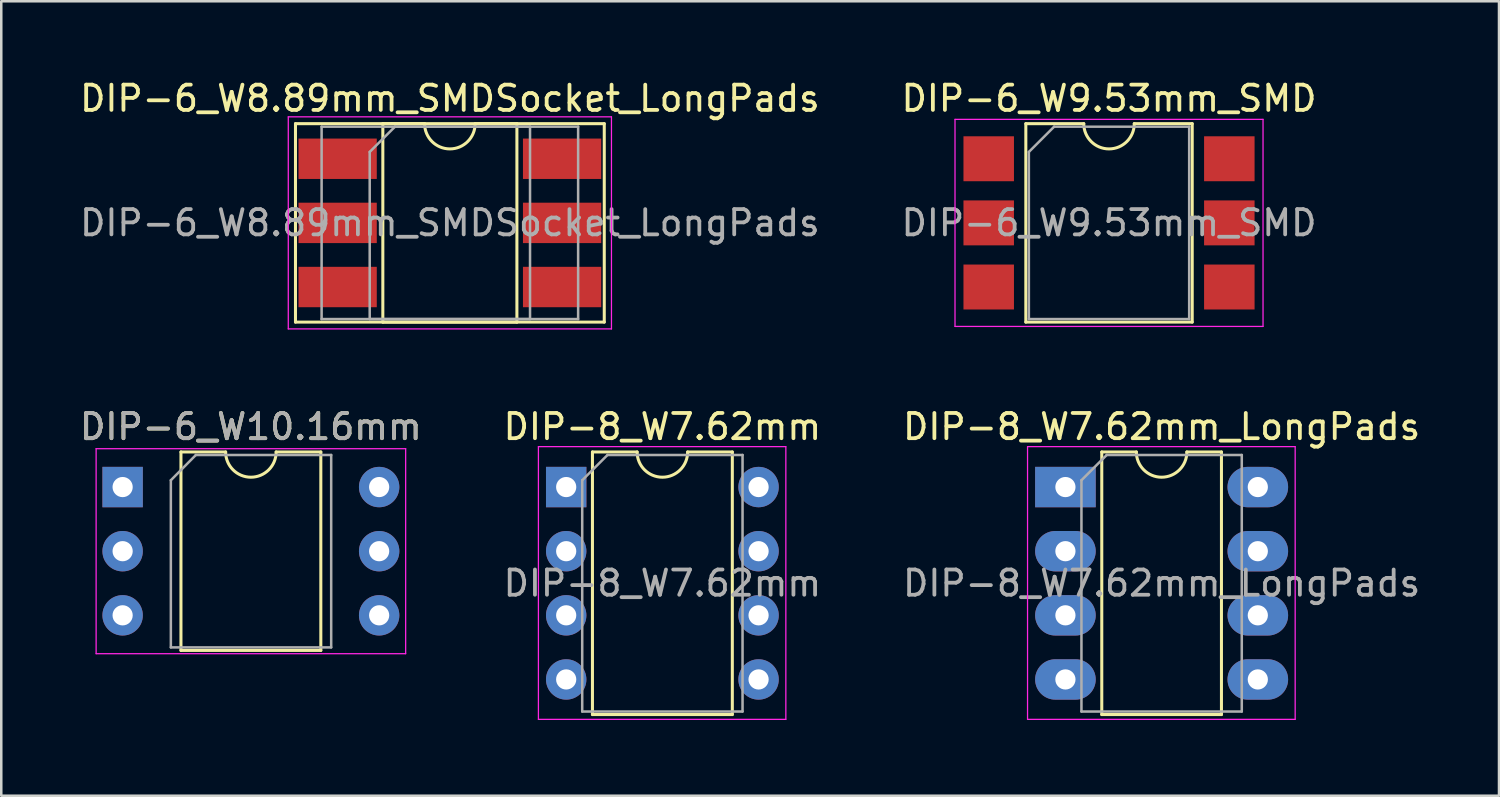
<source format=kicad_pcb>
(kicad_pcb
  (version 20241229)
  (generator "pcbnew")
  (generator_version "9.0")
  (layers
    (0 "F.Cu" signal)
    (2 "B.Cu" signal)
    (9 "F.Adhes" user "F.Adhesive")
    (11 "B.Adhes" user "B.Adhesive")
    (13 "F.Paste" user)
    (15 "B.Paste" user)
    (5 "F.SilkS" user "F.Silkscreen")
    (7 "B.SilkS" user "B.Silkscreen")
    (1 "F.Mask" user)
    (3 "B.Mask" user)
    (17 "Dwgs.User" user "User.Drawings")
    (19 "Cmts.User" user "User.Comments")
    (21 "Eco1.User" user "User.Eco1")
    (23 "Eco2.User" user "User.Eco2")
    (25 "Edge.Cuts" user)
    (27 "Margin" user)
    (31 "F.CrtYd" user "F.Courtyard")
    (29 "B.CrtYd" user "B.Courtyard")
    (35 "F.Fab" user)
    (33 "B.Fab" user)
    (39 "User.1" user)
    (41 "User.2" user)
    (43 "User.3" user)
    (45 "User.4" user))
  (footprint "DIP-8_W7.62mm_LongPads"
    (layer "F.Cu")
    (at 39.148 16.241)
    (property "Reference" "DIP-8_W7.62mm_LongPads" (at 3.81 -2.39 0) (layer "F.SilkS") (effects (font (size 1 1) (thickness 0.15))))
    (attr through_hole)
    (fp_line (start 1.44 -1.39) (end 1.44 9.01) (stroke (width 0.12) (type solid)) (layer "F.SilkS"))
    (fp_line (start 1.44 9.01) (end 6.18 9.01) (stroke (width 0.12) (type solid)) (layer "F.SilkS"))
    (fp_line (start 2.81 -1.39) (end 1.44 -1.39) (stroke (width 0.12) (type solid)) (layer "F.SilkS"))
    (fp_line (start 6.18 -1.39) (end 4.81 -1.39) (stroke (width 0.12) (type solid)) (layer "F.SilkS"))
    (fp_line (start 6.18 9.01) (end 6.18 -1.39) (stroke (width 0.12) (type solid)) (layer "F.SilkS"))
    (fp_arc (start 4.81 -1.39) (mid 3.81 -0.39) (end 2.81 -1.39) (stroke (width 0.12) (type solid)) (layer "F.SilkS"))
    (fp_line (start -1.5 -1.6) (end -1.5 9.2) (stroke (width 0.05) (type solid)) (layer "F.CrtYd"))
    (fp_line (start -1.5 9.2) (end 9.1 9.2) (stroke (width 0.05) (type solid)) (layer "F.CrtYd"))
    (fp_line (start 9.1 -1.6) (end -1.5 -1.6) (stroke (width 0.05) (type solid)) (layer "F.CrtYd"))
    (fp_line (start 9.1 9.2) (end 9.1 -1.6) (stroke (width 0.05) (type solid)) (layer "F.CrtYd"))
    (fp_line (start 0.635 -0.27) (end 1.635 -1.27) (stroke (width 0.1) (type solid)) (layer "F.Fab"))
    (fp_line (start 0.635 8.89) (end 0.635 -0.27) (stroke (width 0.1) (type solid)) (layer "F.Fab"))
    (fp_line (start 1.635 -1.27) (end 6.985 -1.27) (stroke (width 0.1) (type solid)) (layer "F.Fab"))
    (fp_line (start 6.985 -1.27) (end 6.985 8.89) (stroke (width 0.1) (type solid)) (layer "F.Fab"))
    (fp_line (start 6.985 8.89) (end 0.635 8.89) (stroke (width 0.1) (type solid)) (layer "F.Fab"))
    (fp_text user "${REFERENCE}" (at 3.81 3.81 0) (layer "F.Fab") (effects (font (size 1 1) (thickness 0.15))))
    (pad "1" thru_hole rect (at 0 0) (size 2.4 1.6) (drill 0.8) (layers "*.Cu" "*.Mask"))
    (pad "2" thru_hole oval (at 0 2.54) (size 2.4 1.6) (drill 0.8) (layers "*.Cu" "*.Mask"))
    (pad "3" thru_hole oval (at 0 5.08) (size 2.4 1.6) (drill 0.8) (layers "*.Cu" "*.Mask"))
    (pad "4" thru_hole oval (at 0 7.62) (size 2.4 1.6) (drill 0.8) (layers "*.Cu" "*.Mask"))
    (pad "5" thru_hole oval (at 7.62 7.62) (size 2.4 1.6) (drill 0.8) (layers "*.Cu" "*.Mask"))
    (pad "6" thru_hole oval (at 7.62 5.08) (size 2.4 1.6) (drill 0.8) (layers "*.Cu" "*.Mask"))
    (pad "7" thru_hole oval (at 7.62 2.54) (size 2.4 1.6) (drill 0.8) (layers "*.Cu" "*.Mask"))
    (pad "8" thru_hole oval (at 7.62 0) (size 2.4 1.6) (drill 0.8) (layers "*.Cu" "*.Mask")))
  (footprint "DIP-8_W7.62mm"
    (layer "F.Cu")
    (at 19.375 16.241)
    (property "Reference" "DIP-8_W7.62mm" (at 3.81 -2.39 0) (layer "F.SilkS") (effects (font (size 1 1) (thickness 0.15))))
    (attr through_hole)
    (fp_line (start 1.04 -1.39) (end 1.04 9.01) (stroke (width 0.12) (type solid)) (layer "F.SilkS"))
    (fp_line (start 1.04 9.01) (end 6.58 9.01) (stroke (width 0.12) (type solid)) (layer "F.SilkS"))
    (fp_line (start 2.81 -1.39) (end 1.04 -1.39) (stroke (width 0.12) (type solid)) (layer "F.SilkS"))
    (fp_line (start 6.58 -1.39) (end 4.81 -1.39) (stroke (width 0.12) (type solid)) (layer "F.SilkS"))
    (fp_line (start 6.58 9.01) (end 6.58 -1.39) (stroke (width 0.12) (type solid)) (layer "F.SilkS"))
    (fp_arc (start 4.81 -1.39) (mid 3.81 -0.39) (end 2.81 -1.39) (stroke (width 0.12) (type solid)) (layer "F.SilkS"))
    (fp_line (start -1.1 -1.6) (end -1.1 9.2) (stroke (width 0.05) (type solid)) (layer "F.CrtYd"))
    (fp_line (start -1.1 9.2) (end 8.7 9.2) (stroke (width 0.05) (type solid)) (layer "F.CrtYd"))
    (fp_line (start 8.7 -1.6) (end -1.1 -1.6) (stroke (width 0.05) (type solid)) (layer "F.CrtYd"))
    (fp_line (start 8.7 9.2) (end 8.7 -1.6) (stroke (width 0.05) (type solid)) (layer "F.CrtYd"))
    (fp_line (start 0.635 -0.27) (end 1.635 -1.27) (stroke (width 0.1) (type solid)) (layer "F.Fab"))
    (fp_line (start 0.635 8.89) (end 0.635 -0.27) (stroke (width 0.1) (type solid)) (layer "F.Fab"))
    (fp_line (start 1.635 -1.27) (end 6.985 -1.27) (stroke (width 0.1) (type solid)) (layer "F.Fab"))
    (fp_line (start 6.985 -1.27) (end 6.985 8.89) (stroke (width 0.1) (type solid)) (layer "F.Fab"))
    (fp_line (start 6.985 8.89) (end 0.635 8.89) (stroke (width 0.1) (type solid)) (layer "F.Fab"))
    (fp_text user "${REFERENCE}" (at 3.81 3.81 0) (layer "F.Fab") (effects (font (size 1 1) (thickness 0.15))))
    (pad "1" thru_hole rect (at 0 0) (size 1.6 1.6) (drill 0.8) (layers "*.Cu" "*.Mask"))
    (pad "2" thru_hole oval (at 0 2.54) (size 1.6 1.6) (drill 0.8) (layers "*.Cu" "*.Mask"))
    (pad "3" thru_hole oval (at 0 5.08) (size 1.6 1.6) (drill 0.8) (layers "*.Cu" "*.Mask"))
    (pad "4" thru_hole oval (at 0 7.62) (size 1.6 1.6) (drill 0.8) (layers "*.Cu" "*.Mask"))
    (pad "5" thru_hole oval (at 7.62 7.62) (size 1.6 1.6) (drill 0.8) (layers "*.Cu" "*.Mask"))
    (pad "6" thru_hole oval (at 7.62 5.08) (size 1.6 1.6) (drill 0.8) (layers "*.Cu" "*.Mask"))
    (pad "7" thru_hole oval (at 7.62 2.54) (size 1.6 1.6) (drill 0.8) (layers "*.Cu" "*.Mask"))
    (pad "8" thru_hole oval (at 7.62 0) (size 1.6 1.6) (drill 0.8) (layers "*.Cu" "*.Mask")))
  (footprint "DIP-6_W10.16mm"
    (layer "F.Cu")
    (at 1.807 16.241)
    (property "Reference" "DIP-6_W10.16mm" (at 5.08 -2.39 0) (layer "F.SilkS") (effects (font (size 1 1) (thickness 0.15))))
    (attr through_hole)
    (fp_line (start 2.31 -1.39) (end 2.31 6.47) (stroke (width 0.12) (type solid)) (layer "F.SilkS"))
    (fp_line (start 2.31 6.47) (end 7.85 6.47) (stroke (width 0.12) (type solid)) (layer "F.SilkS"))
    (fp_line (start 4.08 -1.39) (end 2.31 -1.39) (stroke (width 0.12) (type solid)) (layer "F.SilkS"))
    (fp_line (start 7.85 -1.39) (end 6.08 -1.39) (stroke (width 0.12) (type solid)) (layer "F.SilkS"))
    (fp_line (start 7.85 6.47) (end 7.85 -1.39) (stroke (width 0.12) (type solid)) (layer "F.SilkS"))
    (fp_arc (start 6.08 -1.39) (mid 5.08 -0.39) (end 4.08 -1.39) (stroke (width 0.12) (type solid)) (layer "F.SilkS"))
    (fp_line (start -1.05 -1.52) (end -1.05 6.6) (stroke (width 0.05) (type solid)) (layer "F.CrtYd"))
    (fp_line (start -1.05 -1.52) (end 11.21 -1.52) (stroke (width 0.05) (type solid)) (layer "F.CrtYd"))
    (fp_line (start 11.21 6.6) (end -1.05 6.6) (stroke (width 0.05) (type solid)) (layer "F.CrtYd"))
    (fp_line (start 11.21 6.6) (end 11.21 -1.52) (stroke (width 0.05) (type solid)) (layer "F.CrtYd"))
    (fp_line (start 1.91 -0.27) (end 2.9 -1.27) (stroke (width 0.1) (type solid)) (layer "F.Fab"))
    (fp_line (start 1.91 6.35) (end 1.91 -0.27) (stroke (width 0.1) (type solid)) (layer "F.Fab"))
    (fp_line (start 2.9 -1.27) (end 8.26 -1.27) (stroke (width 0.1) (type solid)) (layer "F.Fab"))
    (fp_line (start 8.26 -1.27) (end 8.26 6.35) (stroke (width 0.1) (type solid)) (layer "F.Fab"))
    (fp_line (start 8.26 6.35) (end 1.91 6.35) (stroke (width 0.1) (type solid)) (layer "F.Fab"))
    (fp_text user "${REFERENCE}" (at 5.08 -2.39 0) (layer "F.Fab") (effects (font (size 1 1) (thickness 0.15))))
    (pad "1" thru_hole rect (at 0 0) (size 1.6 1.6) (drill 0.8) (layers "*.Cu" "*.Mask"))
    (pad "2" thru_hole oval (at 0 2.54) (size 1.6 1.6) (drill 0.8) (layers "*.Cu" "*.Mask"))
    (pad "3" thru_hole oval (at 0 5.08) (size 1.6 1.6) (drill 0.8) (layers "*.Cu" "*.Mask"))
    (pad "4" thru_hole oval (at 10.16 5.08) (size 1.6 1.6) (drill 0.8) (layers "*.Cu" "*.Mask"))
    (pad "5" thru_hole oval (at 10.16 2.54) (size 1.6 1.6) (drill 0.8) (layers "*.Cu" "*.Mask"))
    (pad "6" thru_hole oval (at 10.16 0) (size 1.6 1.6) (drill 0.8) (layers "*.Cu" "*.Mask")))
  (footprint "DIP-6_W9.53mm_SMD"
    (layer "F.Cu")
    (at 40.875 5.778)
    (property "Reference" "DIP-6_W9.53mm_SMD" (at 0 -4.93 0) (layer "F.SilkS") (effects (font (size 1 1) (thickness 0.15))))
    (attr smd)
    (fp_line (start -3.295 -3.93) (end -3.295 3.93) (stroke (width 0.12) (type solid)) (layer "F.SilkS"))
    (fp_line (start -3.295 3.93) (end 3.295 3.93) (stroke (width 0.12) (type solid)) (layer "F.SilkS"))
    (fp_line (start -1 -3.93) (end -3.295 -3.93) (stroke (width 0.12) (type solid)) (layer "F.SilkS"))
    (fp_line (start 3.295 -3.93) (end 1 -3.93) (stroke (width 0.12) (type solid)) (layer "F.SilkS"))
    (fp_line (start 3.295 3.93) (end 3.295 -3.93) (stroke (width 0.12) (type solid)) (layer "F.SilkS"))
    (fp_arc (start 1 -3.93) (mid 0 -2.93) (end -1 -3.93) (stroke (width 0.12) (type solid)) (layer "F.SilkS"))
    (fp_line (start -6.1 -4.1) (end -6.1 4.1) (stroke (width 0.05) (type solid)) (layer "F.CrtYd"))
    (fp_line (start -6.1 4.1) (end 6.1 4.1) (stroke (width 0.05) (type solid)) (layer "F.CrtYd"))
    (fp_line (start 6.1 -4.1) (end -6.1 -4.1) (stroke (width 0.05) (type solid)) (layer "F.CrtYd"))
    (fp_line (start 6.1 4.1) (end 6.1 -4.1) (stroke (width 0.05) (type solid)) (layer "F.CrtYd"))
    (fp_line (start -3.175 -2.81) (end -2.175 -3.81) (stroke (width 0.1) (type solid)) (layer "F.Fab"))
    (fp_line (start -3.175 3.81) (end -3.175 -2.81) (stroke (width 0.1) (type solid)) (layer "F.Fab"))
    (fp_line (start -2.175 -3.81) (end 3.175 -3.81) (stroke (width 0.1) (type solid)) (layer "F.Fab"))
    (fp_line (start 3.175 -3.81) (end 3.175 3.81) (stroke (width 0.1) (type solid)) (layer "F.Fab"))
    (fp_line (start 3.175 3.81) (end -3.175 3.81) (stroke (width 0.1) (type solid)) (layer "F.Fab"))
    (fp_text user "${REFERENCE}" (at 0 0 0) (layer "F.Fab") (effects (font (size 1 1) (thickness 0.15))))
    (pad "1" smd rect (at -4.765 -2.54) (size 2 1.78) (layers "F.Cu" "F.Mask" "F.Paste"))
    (pad "2" smd rect (at -4.765 0) (size 2 1.78) (layers "F.Cu" "F.Mask" "F.Paste"))
    (pad "3" smd rect (at -4.765 2.54) (size 2 1.78) (layers "F.Cu" "F.Mask" "F.Paste"))
    (pad "4" smd rect (at 4.765 2.54) (size 2 1.78) (layers "F.Cu" "F.Mask" "F.Paste"))
    (pad "5" smd rect (at 4.765 0) (size 2 1.78) (layers "F.Cu" "F.Mask" "F.Paste"))
    (pad "6" smd rect (at 4.765 -2.54) (size 2 1.78) (layers "F.Cu" "F.Mask" "F.Paste")))
  (footprint "DIP-6_W8.89mm_SMDSocket_LongPads"
    (layer "F.Cu")
    (at 14.768 5.778)
    (property "Reference" "DIP-6_W8.89mm_SMDSocket_LongPads" (at 0 -4.93 0) (layer "F.SilkS") (effects (font (size 1 1) (thickness 0.15))))
    (attr smd)
    (fp_line (start -6.115 -3.93) (end -6.115 3.93) (stroke (width 0.12) (type solid)) (layer "F.SilkS"))
    (fp_line (start -6.115 3.93) (end 6.115 3.93) (stroke (width 0.12) (type solid)) (layer "F.SilkS"))
    (fp_line (start -2.655 -3.93) (end -2.655 3.93) (stroke (width 0.12) (type solid)) (layer "F.SilkS"))
    (fp_line (start -2.655 3.93) (end 2.655 3.93) (stroke (width 0.12) (type solid)) (layer "F.SilkS"))
    (fp_line (start -1 -3.93) (end -2.655 -3.93) (stroke (width 0.12) (type solid)) (layer "F.SilkS"))
    (fp_line (start 2.655 -3.93) (end 1 -3.93) (stroke (width 0.12) (type solid)) (layer "F.SilkS"))
    (fp_line (start 2.655 3.93) (end 2.655 -3.93) (stroke (width 0.12) (type solid)) (layer "F.SilkS"))
    (fp_line (start 6.115 -3.93) (end -6.115 -3.93) (stroke (width 0.12) (type solid)) (layer "F.SilkS"))
    (fp_line (start 6.115 3.93) (end 6.115 -3.93) (stroke (width 0.12) (type solid)) (layer "F.SilkS"))
    (fp_arc (start 1 -3.93) (mid 0 -2.93) (end -1 -3.93) (stroke (width 0.12) (type solid)) (layer "F.SilkS"))
    (fp_line (start -6.4 -4.2) (end -6.4 4.2) (stroke (width 0.05) (type solid)) (layer "F.CrtYd"))
    (fp_line (start -6.4 4.2) (end 6.4 4.2) (stroke (width 0.05) (type solid)) (layer "F.CrtYd"))
    (fp_line (start 6.4 -4.2) (end -6.4 -4.2) (stroke (width 0.05) (type solid)) (layer "F.CrtYd"))
    (fp_line (start 6.4 4.2) (end 6.4 -4.2) (stroke (width 0.05) (type solid)) (layer "F.CrtYd"))
    (fp_line (start -5.08 -3.81) (end -5.08 3.81) (stroke (width 0.1) (type solid)) (layer "F.Fab"))
    (fp_line (start -5.08 3.81) (end 5.08 3.81) (stroke (width 0.1) (type solid)) (layer "F.Fab"))
    (fp_line (start -3.175 -2.81) (end -2.175 -3.81) (stroke (width 0.1) (type solid)) (layer "F.Fab"))
    (fp_line (start -3.175 3.81) (end -3.175 -2.81) (stroke (width 0.1) (type solid)) (layer "F.Fab"))
    (fp_line (start -2.175 -3.81) (end 3.175 -3.81) (stroke (width 0.1) (type solid)) (layer "F.Fab"))
    (fp_line (start 3.175 -3.81) (end 3.175 3.81) (stroke (width 0.1) (type solid)) (layer "F.Fab"))
    (fp_line (start 3.175 3.81) (end -3.175 3.81) (stroke (width 0.1) (type solid)) (layer "F.Fab"))
    (fp_line (start 5.08 -3.81) (end -5.08 -3.81) (stroke (width 0.1) (type solid)) (layer "F.Fab"))
    (fp_line (start 5.08 3.81) (end 5.08 -3.81) (stroke (width 0.1) (type solid)) (layer "F.Fab"))
    (fp_text user "${REFERENCE}" (at 0 0 0) (layer "F.Fab") (effects (font (size 1 1) (thickness 0.15))))
    (pad "1" smd rect (at -4.445 -2.54) (size 3.1 1.6) (layers "F.Cu" "F.Mask" "F.Paste"))
    (pad "2" smd rect (at -4.445 0) (size 3.1 1.6) (layers "F.Cu" "F.Mask" "F.Paste"))
    (pad "3" smd rect (at -4.445 2.54) (size 3.1 1.6) (layers "F.Cu" "F.Mask" "F.Paste"))
    (pad "4" smd rect (at 4.445 2.54) (size 3.1 1.6) (layers "F.Cu" "F.Mask" "F.Paste"))
    (pad "5" smd rect (at 4.445 0) (size 3.1 1.6) (layers "F.Cu" "F.Mask" "F.Paste"))
    (pad "6" smd rect (at 4.445 -2.54) (size 3.1 1.6) (layers "F.Cu" "F.Mask" "F.Paste")))
  (gr_rect
    (start -3 -3)
    (end 56.321 28.466)
    (stroke (width 0.1) (type default))
    (fill no)
    (layer "Edge.Cuts")))
</source>
